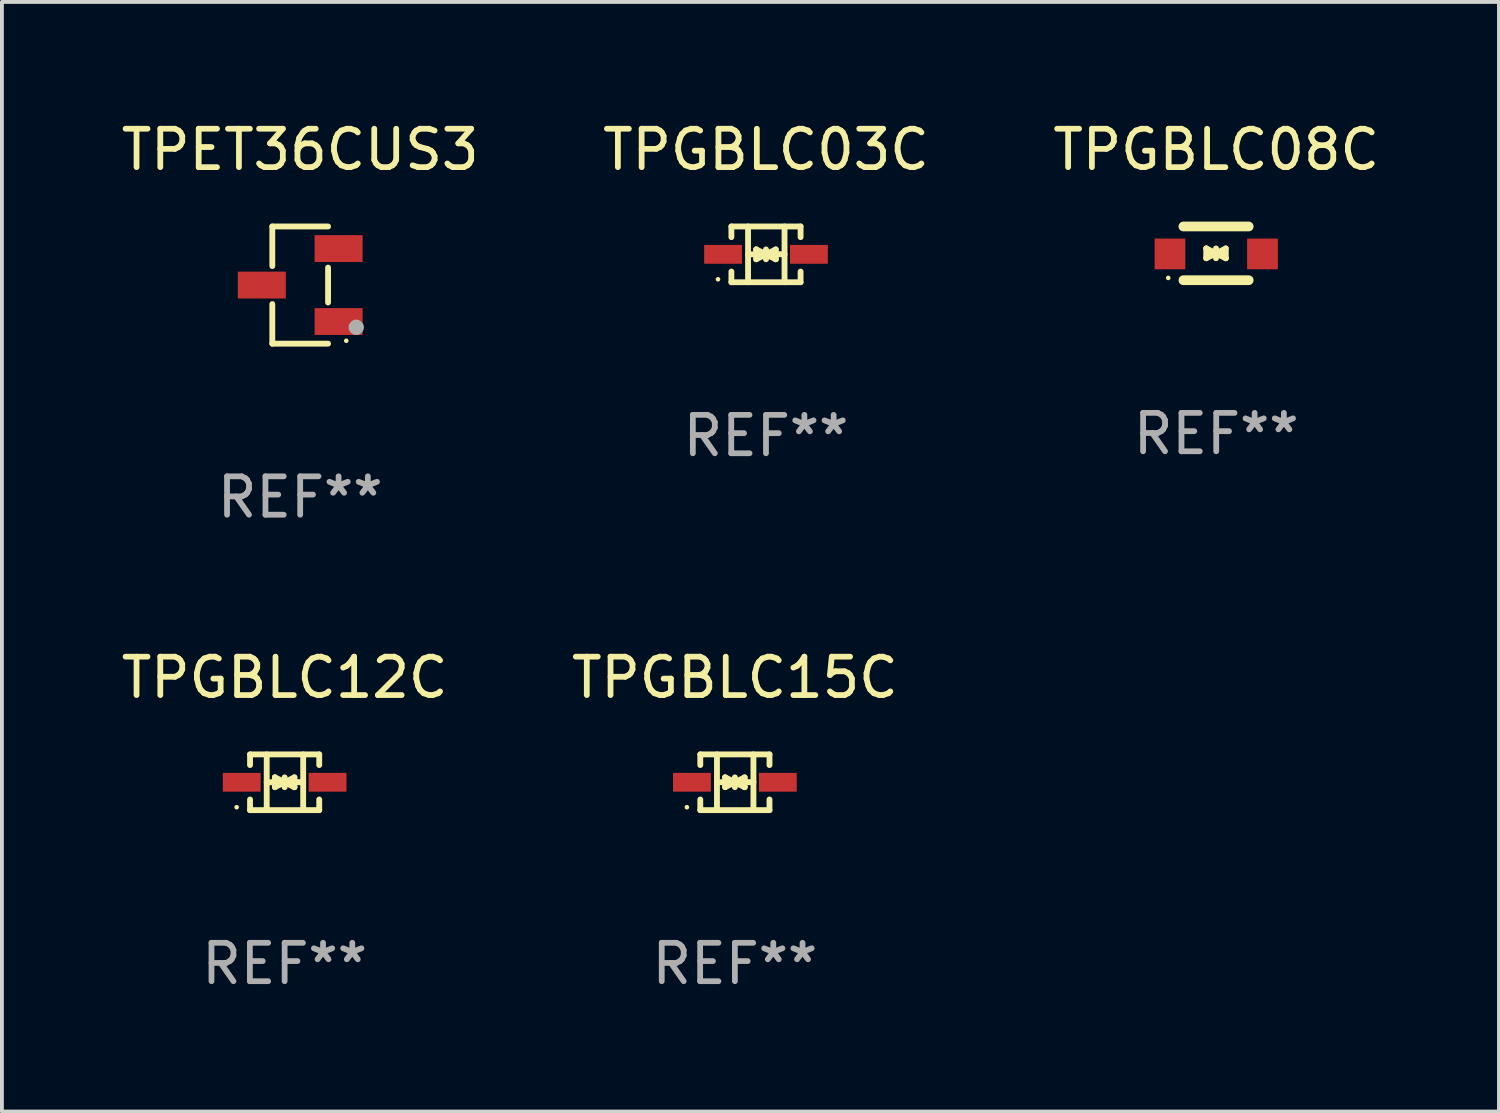
<source format=kicad_pcb>
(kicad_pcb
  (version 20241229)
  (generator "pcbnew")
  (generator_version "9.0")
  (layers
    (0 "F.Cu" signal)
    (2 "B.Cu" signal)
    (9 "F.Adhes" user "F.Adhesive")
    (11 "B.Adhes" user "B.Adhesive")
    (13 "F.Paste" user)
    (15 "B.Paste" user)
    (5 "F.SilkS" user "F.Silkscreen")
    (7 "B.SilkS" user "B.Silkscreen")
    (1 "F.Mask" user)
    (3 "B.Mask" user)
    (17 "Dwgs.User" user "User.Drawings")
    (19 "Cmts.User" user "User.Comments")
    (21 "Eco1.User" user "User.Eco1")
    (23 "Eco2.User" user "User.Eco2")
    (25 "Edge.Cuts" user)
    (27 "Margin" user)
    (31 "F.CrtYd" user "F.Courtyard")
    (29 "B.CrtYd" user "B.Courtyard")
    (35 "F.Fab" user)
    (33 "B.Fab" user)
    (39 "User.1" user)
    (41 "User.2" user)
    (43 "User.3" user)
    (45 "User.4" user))
  (footprint "TPET36CUS3"
    (layer "F.Cu")
    (at 4.768 4.374)
    (property "Reference" "TPET36CUS3" (at 0 -3.526 0) (layer "F.SilkS") (effects (font (size 1 1) (thickness 0.15))))
    (attr through_hole)
    (fp_line (start -0.726 -1.526) (end -0.726 -0.495) (stroke (width 0.152) (type solid)) (layer "F.SilkS"))
    (fp_line (start -0.726 1.526) (end -0.726 0.495) (stroke (width 0.152) (type solid)) (layer "F.SilkS"))
    (fp_line (start 0.726 -1.526) (end -0.726 -1.526) (stroke (width 0.152) (type solid)) (layer "F.SilkS"))
    (fp_line (start 0.726 -0.455) (end 0.726 0.455) (stroke (width 0.152) (type solid)) (layer "F.SilkS"))
    (fp_line (start 0.726 1.526) (end -0.726 1.526) (stroke (width 0.152) (type solid)) (layer "F.SilkS"))
    (fp_circle (center 1.2 1.45) (end 1.23 1.45) (stroke (width 0.06) (type solid)) (fill no) (layer "F.SilkS"))
    (fp_circle (center 1.46 1.1) (end 1.56 1.1) (stroke (width 0.2) (type solid)) (fill no) (layer "F.Fab"))
    (fp_text user "REF**" (at 0 5.526 0) (layer "F.Fab") (effects (font (size 1 1) (thickness 0.15))))
    (pad "1" smd rect (at 1 0.95) (size 1.25 0.7) (layers "F.Cu" "F.Mask" "F.Paste"))
    (pad "2" smd rect (at 1 -0.95) (size 1.25 0.7) (layers "F.Cu" "F.Mask" "F.Paste"))
    (pad "3" smd rect (at -1 0) (size 1.25 0.7) (layers "F.Cu" "F.Mask" "F.Paste")))
  (footprint "TPGBLC03C"
    (layer "F.Cu")
    (at 16.899 3.574)
    (property "Reference" "TPGBLC03C" (at 0 -2.726 0) (layer "F.SilkS") (effects (font (size 1 1) (thickness 0.15))))
    (attr through_hole)
    (fp_line (start -0.901 -0.726) (end -0.901 -0.448) (stroke (width 0.152) (type solid)) (layer "F.SilkS"))
    (fp_line (start -0.901 0.726) (end -0.901 0.448) (stroke (width 0.152) (type solid)) (layer "F.SilkS"))
    (fp_line (start -0.467 0) (end 0.483 -0.003) (stroke (width 0.154) (type solid)) (layer "F.SilkS"))
    (fp_line (start -0.467 0.726) (end -0.467 -0.726) (stroke (width 0.152) (type solid)) (layer "F.SilkS"))
    (fp_line (start -0.254 -0.127) (end -0.254 -0.127) (stroke (width 0.154) (type solid)) (layer "F.SilkS"))
    (fp_line (start -0.254 -0.127) (end -0.002 -0.003) (stroke (width 0.154) (type solid)) (layer "F.SilkS"))
    (fp_line (start -0.254 0.127) (end -0.254 -0.127) (stroke (width 0.154) (type solid)) (layer "F.SilkS"))
    (fp_line (start -0.127 0) (end 0.003 0) (stroke (width 0.154) (type solid)) (layer "F.SilkS"))
    (fp_line (start -0.003 0) (end -0.254 0.127) (stroke (width 0.154) (type solid)) (layer "F.SilkS"))
    (fp_line (start 0 -0.127) (end 0 0.127) (stroke (width 0.154) (type solid)) (layer "F.SilkS"))
    (fp_line (start 0.003 0) (end 0.254 -0.127) (stroke (width 0.154) (type solid)) (layer "F.SilkS"))
    (fp_line (start 0.127 0) (end -0.003 0) (stroke (width 0.154) (type solid)) (layer "F.SilkS"))
    (fp_line (start 0.254 -0.127) (end 0.254 0.127) (stroke (width 0.154) (type solid)) (layer "F.SilkS"))
    (fp_line (start 0.254 0.127) (end 0.002 0.003) (stroke (width 0.154) (type solid)) (layer "F.SilkS"))
    (fp_line (start 0.254 0.127) (end 0.254 0.127) (stroke (width 0.154) (type solid)) (layer "F.SilkS"))
    (fp_line (start 0.483 0.726) (end 0.483 -0.726) (stroke (width 0.152) (type solid)) (layer "F.SilkS"))
    (fp_line (start 0.901 -0.726) (end -0.901 -0.726) (stroke (width 0.152) (type solid)) (layer "F.SilkS"))
    (fp_line (start 0.901 -0.726) (end 0.901 -0.448) (stroke (width 0.152) (type solid)) (layer "F.SilkS"))
    (fp_line (start 0.901 0.726) (end -0.901 0.726) (stroke (width 0.152) (type solid)) (layer "F.SilkS"))
    (fp_line (start 0.901 0.726) (end 0.901 0.448) (stroke (width 0.152) (type solid)) (layer "F.SilkS"))
    (fp_circle (center -1.25 0.65) (end -1.22 0.65) (stroke (width 0.06) (type solid)) (fill no) (layer "F.SilkS"))
    (fp_text user "REF**" (at 0 4.726 0) (layer "F.Fab") (effects (font (size 1 1) (thickness 0.15))))
    (pad "1" smd rect (at -1.118 0) (size 0.985 0.49) (layers "F.Cu" "F.Mask" "F.Paste"))
    (pad "2" smd rect (at 1.118 0) (size 0.985 0.49) (layers "F.Cu" "F.Mask" "F.Paste")))
  (footprint "TPGBLC12C"
    (layer "F.Cu")
    (at 4.363 17.323)
    (property "Reference" "TPGBLC12C" (at 0 -2.726 0) (layer "F.SilkS") (effects (font (size 1 1) (thickness 0.15))))
    (attr through_hole)
    (fp_line (start -0.901 -0.726) (end -0.901 -0.448) (stroke (width 0.152) (type solid)) (layer "F.SilkS"))
    (fp_line (start -0.901 0.726) (end -0.901 0.448) (stroke (width 0.152) (type solid)) (layer "F.SilkS"))
    (fp_line (start -0.467 0) (end 0.483 -0.003) (stroke (width 0.154) (type solid)) (layer "F.SilkS"))
    (fp_line (start -0.467 0.726) (end -0.467 -0.726) (stroke (width 0.152) (type solid)) (layer "F.SilkS"))
    (fp_line (start -0.254 -0.127) (end -0.254 -0.127) (stroke (width 0.154) (type solid)) (layer "F.SilkS"))
    (fp_line (start -0.254 -0.127) (end -0.002 -0.003) (stroke (width 0.154) (type solid)) (layer "F.SilkS"))
    (fp_line (start -0.254 0.127) (end -0.254 -0.127) (stroke (width 0.154) (type solid)) (layer "F.SilkS"))
    (fp_line (start -0.127 0) (end 0.003 0) (stroke (width 0.154) (type solid)) (layer "F.SilkS"))
    (fp_line (start -0.003 0) (end -0.254 0.127) (stroke (width 0.154) (type solid)) (layer "F.SilkS"))
    (fp_line (start 0 -0.127) (end 0 0.127) (stroke (width 0.154) (type solid)) (layer "F.SilkS"))
    (fp_line (start 0.003 0) (end 0.254 -0.127) (stroke (width 0.154) (type solid)) (layer "F.SilkS"))
    (fp_line (start 0.127 0) (end -0.003 0) (stroke (width 0.154) (type solid)) (layer "F.SilkS"))
    (fp_line (start 0.254 -0.127) (end 0.254 0.127) (stroke (width 0.154) (type solid)) (layer "F.SilkS"))
    (fp_line (start 0.254 0.127) (end 0.002 0.003) (stroke (width 0.154) (type solid)) (layer "F.SilkS"))
    (fp_line (start 0.254 0.127) (end 0.254 0.127) (stroke (width 0.154) (type solid)) (layer "F.SilkS"))
    (fp_line (start 0.483 0.726) (end 0.483 -0.726) (stroke (width 0.152) (type solid)) (layer "F.SilkS"))
    (fp_line (start 0.901 -0.726) (end -0.901 -0.726) (stroke (width 0.152) (type solid)) (layer "F.SilkS"))
    (fp_line (start 0.901 -0.726) (end 0.901 -0.448) (stroke (width 0.152) (type solid)) (layer "F.SilkS"))
    (fp_line (start 0.901 0.726) (end -0.901 0.726) (stroke (width 0.152) (type solid)) (layer "F.SilkS"))
    (fp_line (start 0.901 0.726) (end 0.901 0.448) (stroke (width 0.152) (type solid)) (layer "F.SilkS"))
    (fp_circle (center -1.25 0.65) (end -1.22 0.65) (stroke (width 0.06) (type solid)) (fill no) (layer "F.SilkS"))
    (fp_text user "REF**" (at 0 4.726 0) (layer "F.Fab") (effects (font (size 1 1) (thickness 0.15))))
    (pad "1" smd rect (at -1.118 0) (size 0.985 0.49) (layers "F.Cu" "F.Mask" "F.Paste"))
    (pad "2" smd rect (at 1.118 0) (size 0.985 0.49) (layers "F.Cu" "F.Mask" "F.Paste")))
  (footprint "TPGBLC15C"
    (layer "F.Cu")
    (at 16.089 17.323)
    (property "Reference" "TPGBLC15C" (at 0 -2.726 0) (layer "F.SilkS") (effects (font (size 1 1) (thickness 0.15))))
    (attr through_hole)
    (fp_line (start -0.901 -0.726) (end -0.901 -0.448) (stroke (width 0.152) (type solid)) (layer "F.SilkS"))
    (fp_line (start -0.901 0.726) (end -0.901 0.448) (stroke (width 0.152) (type solid)) (layer "F.SilkS"))
    (fp_line (start -0.467 0) (end 0.483 -0.003) (stroke (width 0.154) (type solid)) (layer "F.SilkS"))
    (fp_line (start -0.467 0.726) (end -0.467 -0.726) (stroke (width 0.152) (type solid)) (layer "F.SilkS"))
    (fp_line (start -0.254 -0.127) (end -0.254 -0.127) (stroke (width 0.154) (type solid)) (layer "F.SilkS"))
    (fp_line (start -0.254 -0.127) (end -0.002 -0.003) (stroke (width 0.154) (type solid)) (layer "F.SilkS"))
    (fp_line (start -0.254 0.127) (end -0.254 -0.127) (stroke (width 0.154) (type solid)) (layer "F.SilkS"))
    (fp_line (start -0.127 0) (end 0.003 0) (stroke (width 0.154) (type solid)) (layer "F.SilkS"))
    (fp_line (start -0.003 0) (end -0.254 0.127) (stroke (width 0.154) (type solid)) (layer "F.SilkS"))
    (fp_line (start 0 -0.127) (end 0 0.127) (stroke (width 0.154) (type solid)) (layer "F.SilkS"))
    (fp_line (start 0.003 0) (end 0.254 -0.127) (stroke (width 0.154) (type solid)) (layer "F.SilkS"))
    (fp_line (start 0.127 0) (end -0.003 0) (stroke (width 0.154) (type solid)) (layer "F.SilkS"))
    (fp_line (start 0.254 -0.127) (end 0.254 0.127) (stroke (width 0.154) (type solid)) (layer "F.SilkS"))
    (fp_line (start 0.254 0.127) (end 0.002 0.003) (stroke (width 0.154) (type solid)) (layer "F.SilkS"))
    (fp_line (start 0.254 0.127) (end 0.254 0.127) (stroke (width 0.154) (type solid)) (layer "F.SilkS"))
    (fp_line (start 0.483 0.726) (end 0.483 -0.726) (stroke (width 0.152) (type solid)) (layer "F.SilkS"))
    (fp_line (start 0.901 -0.726) (end -0.901 -0.726) (stroke (width 0.152) (type solid)) (layer "F.SilkS"))
    (fp_line (start 0.901 -0.726) (end 0.901 -0.448) (stroke (width 0.152) (type solid)) (layer "F.SilkS"))
    (fp_line (start 0.901 0.726) (end -0.901 0.726) (stroke (width 0.152) (type solid)) (layer "F.SilkS"))
    (fp_line (start 0.901 0.726) (end 0.901 0.448) (stroke (width 0.152) (type solid)) (layer "F.SilkS"))
    (fp_circle (center -1.25 0.65) (end -1.22 0.65) (stroke (width 0.06) (type solid)) (fill no) (layer "F.SilkS"))
    (fp_text user "REF**" (at 0 4.726 0) (layer "F.Fab") (effects (font (size 1 1) (thickness 0.15))))
    (pad "1" smd rect (at -1.118 0) (size 0.985 0.49) (layers "F.Cu" "F.Mask" "F.Paste"))
    (pad "2" smd rect (at 1.118 0) (size 0.985 0.49) (layers "F.Cu" "F.Mask" "F.Paste")))
  (footprint "TPGBLC08C"
    (layer "F.Cu")
    (at 28.625 3.548)
    (property "Reference" "TPGBLC08C" (at 0 -2.7 0) (layer "F.SilkS") (effects (font (size 1 1) (thickness 0.15))))
    (attr through_hole)
    (fp_line (start -0.855 -0.7) (end 0.845 -0.7) (stroke (width 0.254) (type solid)) (layer "F.SilkS"))
    (fp_line (start -0.855 0.7) (end 0.845 0.7) (stroke (width 0.254) (type solid)) (layer "F.SilkS"))
    (fp_line (start -0.26 -0.127) (end -0.26 -0.127) (stroke (width 0.154) (type solid)) (layer "F.SilkS"))
    (fp_line (start -0.26 -0.127) (end -0.008 -0.003) (stroke (width 0.154) (type solid)) (layer "F.SilkS"))
    (fp_line (start -0.26 0.127) (end -0.26 -0.127) (stroke (width 0.154) (type solid)) (layer "F.SilkS"))
    (fp_line (start -0.133 0.000483) (end -0.003 0.000483) (stroke (width 0.154) (type solid)) (layer "F.SilkS"))
    (fp_line (start -0.009 0.000483) (end -0.26 0.127) (stroke (width 0.154) (type solid)) (layer "F.SilkS"))
    (fp_line (start -0.006 -0.127) (end -0.006 0.127) (stroke (width 0.154) (type solid)) (layer "F.SilkS"))
    (fp_line (start -0.003 0.000483) (end 0.248 -0.127) (stroke (width 0.154) (type solid)) (layer "F.SilkS"))
    (fp_line (start 0.121 0.000483) (end -0.009 0.000483) (stroke (width 0.154) (type solid)) (layer "F.SilkS"))
    (fp_line (start 0.248 -0.127) (end 0.248 0.127) (stroke (width 0.154) (type solid)) (layer "F.SilkS"))
    (fp_line (start 0.248 0.127) (end -0.004 0.004) (stroke (width 0.154) (type solid)) (layer "F.SilkS"))
    (fp_line (start 0.248 0.127) (end 0.248 0.127) (stroke (width 0.154) (type solid)) (layer "F.SilkS"))
    (fp_circle (center -1.25 0.64) (end -1.22 0.64) (stroke (width 0.06) (type solid)) (fill no) (layer "F.SilkS"))
    (fp_text user "REF**" (at 0 4.7 0) (layer "F.Fab") (effects (font (size 1 1) (thickness 0.15))))
    (pad "1" smd rect (at -1.205 0.015) (size 0.8 0.8) (layers "F.Cu" "F.Mask" "F.Paste"))
    (pad "2" smd rect (at 1.205 0.015) (size 0.8 0.8) (layers "F.Cu" "F.Mask" "F.Paste")))
  (gr_rect
    (start -3 -3)
    (end 35.988 25.898)
    (stroke (width 0.1) (type default))
    (fill no)
    (layer "Edge.Cuts")))
</source>
